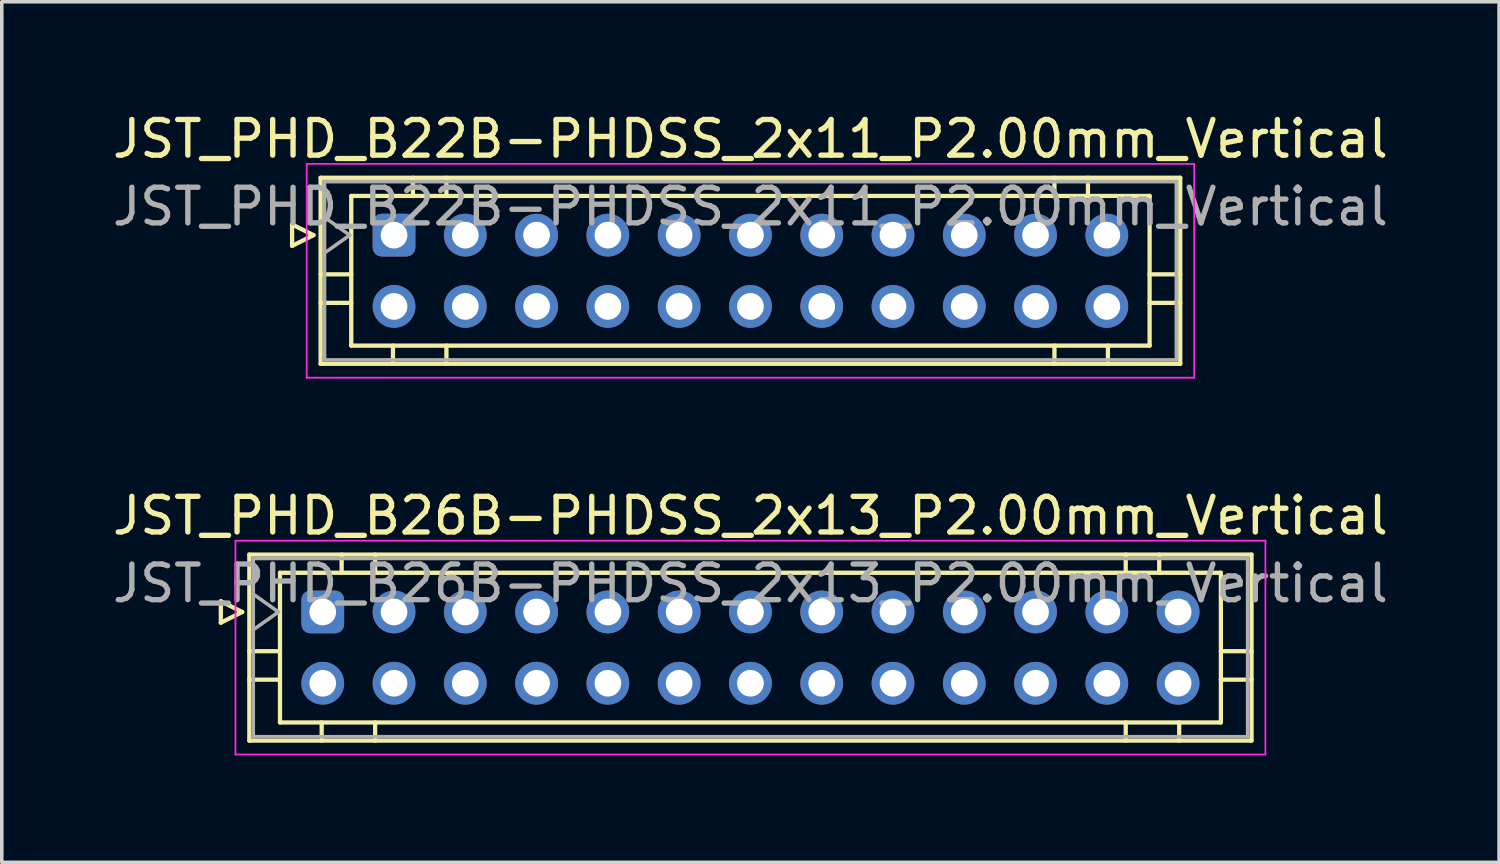
<source format=kicad_pcb>
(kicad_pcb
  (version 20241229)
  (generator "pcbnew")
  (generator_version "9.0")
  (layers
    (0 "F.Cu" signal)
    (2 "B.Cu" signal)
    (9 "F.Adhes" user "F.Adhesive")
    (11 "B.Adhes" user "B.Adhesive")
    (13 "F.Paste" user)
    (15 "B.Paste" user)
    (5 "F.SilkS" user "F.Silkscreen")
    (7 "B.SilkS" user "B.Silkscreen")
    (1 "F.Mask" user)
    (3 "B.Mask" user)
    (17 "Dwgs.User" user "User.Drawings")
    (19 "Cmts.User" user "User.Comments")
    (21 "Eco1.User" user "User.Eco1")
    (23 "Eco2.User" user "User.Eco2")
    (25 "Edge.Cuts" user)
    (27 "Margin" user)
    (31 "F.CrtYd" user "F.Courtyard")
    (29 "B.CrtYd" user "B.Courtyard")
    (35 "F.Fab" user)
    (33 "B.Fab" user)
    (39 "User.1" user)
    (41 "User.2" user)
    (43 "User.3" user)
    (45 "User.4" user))
  (footprint "JST_PHD_B22B-PHDSS_2x11_P2.00mm_Vertical"
    (layer "F.Cu")
    (at 8.006 3.548)
    (property "Reference" "JST_PHD_B22B-PHDSS_2x11_P2.00mm_Vertical" (at 10 -2.7 0) (layer "F.SilkS") (effects (font (size 1 1) (thickness 0.15))))
    (attr through_hole)
    (fp_line (start -2.86 -0.3) (end -2.26 0) (stroke (width 0.12) (type solid)) (layer "F.SilkS"))
    (fp_line (start -2.86 0.3) (end -2.86 -0.3) (stroke (width 0.12) (type solid)) (layer "F.SilkS"))
    (fp_line (start -2.26 0) (end -2.86 0.3) (stroke (width 0.12) (type solid)) (layer "F.SilkS"))
    (fp_line (start -2.06 -1.61) (end -2.06 3.61) (stroke (width 0.12) (type solid)) (layer "F.SilkS"))
    (fp_line (start -2.06 1.1) (end -1.2 1.1) (stroke (width 0.12) (type solid)) (layer "F.SilkS"))
    (fp_line (start -2.06 1.9) (end -1.2 1.9) (stroke (width 0.12) (type solid)) (layer "F.SilkS"))
    (fp_line (start -2.06 3.61) (end 22.06 3.61) (stroke (width 0.12) (type solid)) (layer "F.SilkS"))
    (fp_line (start -1.2 -1.1) (end -1.2 3.1) (stroke (width 0.12) (type solid)) (layer "F.SilkS"))
    (fp_line (start -1.2 3.1) (end 21.2 3.1) (stroke (width 0.12) (type solid)) (layer "F.SilkS"))
    (fp_line (start -0.03 3.61) (end -0.03 3.1) (stroke (width 0.12) (type solid)) (layer "F.SilkS"))
    (fp_line (start 0.53 -1.61) (end 0.53 -1.1) (stroke (width 0.12) (type solid)) (layer "F.SilkS"))
    (fp_line (start 1.47 -1.61) (end 1.47 -1.1) (stroke (width 0.12) (type solid)) (layer "F.SilkS"))
    (fp_line (start 1.47 3.61) (end 1.47 3.1) (stroke (width 0.12) (type solid)) (layer "F.SilkS"))
    (fp_line (start 18.53 -1.61) (end 18.53 -1.1) (stroke (width 0.12) (type solid)) (layer "F.SilkS"))
    (fp_line (start 18.53 3.61) (end 18.53 3.1) (stroke (width 0.12) (type solid)) (layer "F.SilkS"))
    (fp_line (start 19.47 -1.61) (end 19.47 -1.1) (stroke (width 0.12) (type solid)) (layer "F.SilkS"))
    (fp_line (start 20.03 3.61) (end 20.03 3.1) (stroke (width 0.12) (type solid)) (layer "F.SilkS"))
    (fp_line (start 21.2 -1.1) (end -1.2 -1.1) (stroke (width 0.12) (type solid)) (layer "F.SilkS"))
    (fp_line (start 21.2 3.1) (end 21.2 -1.1) (stroke (width 0.12) (type solid)) (layer "F.SilkS"))
    (fp_line (start 22.06 -1.61) (end -2.06 -1.61) (stroke (width 0.12) (type solid)) (layer "F.SilkS"))
    (fp_line (start 22.06 1.1) (end 21.2 1.1) (stroke (width 0.12) (type solid)) (layer "F.SilkS"))
    (fp_line (start 22.06 1.9) (end 21.2 1.9) (stroke (width 0.12) (type solid)) (layer "F.SilkS"))
    (fp_line (start 22.06 3.61) (end 22.06 -1.61) (stroke (width 0.12) (type solid)) (layer "F.SilkS"))
    (fp_line (start -2.45 -2) (end -2.45 4) (stroke (width 0.05) (type solid)) (layer "F.CrtYd"))
    (fp_line (start -2.45 4) (end 22.45 4) (stroke (width 0.05) (type solid)) (layer "F.CrtYd"))
    (fp_line (start 22.45 -2) (end -2.45 -2) (stroke (width 0.05) (type solid)) (layer "F.CrtYd"))
    (fp_line (start 22.45 4) (end 22.45 -2) (stroke (width 0.05) (type solid)) (layer "F.CrtYd"))
    (fp_line (start -1.95 -1.5) (end -1.95 3.5) (stroke (width 0.1) (type solid)) (layer "F.Fab"))
    (fp_line (start -1.95 0.5) (end -1.243 0) (stroke (width 0.1) (type solid)) (layer "F.Fab"))
    (fp_line (start -1.95 3.5) (end 21.95 3.5) (stroke (width 0.1) (type solid)) (layer "F.Fab"))
    (fp_line (start -1.243 0) (end -1.95 -0.5) (stroke (width 0.1) (type solid)) (layer "F.Fab"))
    (fp_line (start 21.95 -1.5) (end -1.95 -1.5) (stroke (width 0.1) (type solid)) (layer "F.Fab"))
    (fp_line (start 21.95 3.5) (end 21.95 -1.5) (stroke (width 0.1) (type solid)) (layer "F.Fab"))
    (fp_text user "${REFERENCE}" (at 10 -0.8 0) (layer "F.Fab") (effects (font (size 1 1) (thickness 0.15))))
    (pad "1" thru_hole roundrect (at 0 0) (size 1.2 1.2) (drill 0.75) (layers "*.Cu" "*.Mask") (roundrect_rratio 0.208))
    (pad "2" thru_hole circle (at 0 2) (size 1.2 1.2) (drill 0.75) (layers "*.Cu" "*.Mask"))
    (pad "3" thru_hole circle (at 2 0) (size 1.2 1.2) (drill 0.75) (layers "*.Cu" "*.Mask"))
    (pad "4" thru_hole circle (at 2 2) (size 1.2 1.2) (drill 0.75) (layers "*.Cu" "*.Mask"))
    (pad "5" thru_hole circle (at 4 0) (size 1.2 1.2) (drill 0.75) (layers "*.Cu" "*.Mask"))
    (pad "6" thru_hole circle (at 4 2) (size 1.2 1.2) (drill 0.75) (layers "*.Cu" "*.Mask"))
    (pad "7" thru_hole circle (at 6 0) (size 1.2 1.2) (drill 0.75) (layers "*.Cu" "*.Mask"))
    (pad "8" thru_hole circle (at 6 2) (size 1.2 1.2) (drill 0.75) (layers "*.Cu" "*.Mask"))
    (pad "9" thru_hole circle (at 8 0) (size 1.2 1.2) (drill 0.75) (layers "*.Cu" "*.Mask"))
    (pad "10" thru_hole circle (at 8 2) (size 1.2 1.2) (drill 0.75) (layers "*.Cu" "*.Mask"))
    (pad "11" thru_hole circle (at 10 0) (size 1.2 1.2) (drill 0.75) (layers "*.Cu" "*.Mask"))
    (pad "12" thru_hole circle (at 10 2) (size 1.2 1.2) (drill 0.75) (layers "*.Cu" "*.Mask"))
    (pad "13" thru_hole circle (at 12 0) (size 1.2 1.2) (drill 0.75) (layers "*.Cu" "*.Mask"))
    (pad "14" thru_hole circle (at 12 2) (size 1.2 1.2) (drill 0.75) (layers "*.Cu" "*.Mask"))
    (pad "15" thru_hole circle (at 14 0) (size 1.2 1.2) (drill 0.75) (layers "*.Cu" "*.Mask"))
    (pad "16" thru_hole circle (at 14 2) (size 1.2 1.2) (drill 0.75) (layers "*.Cu" "*.Mask"))
    (pad "17" thru_hole circle (at 16 0) (size 1.2 1.2) (drill 0.75) (layers "*.Cu" "*.Mask"))
    (pad "18" thru_hole circle (at 16 2) (size 1.2 1.2) (drill 0.75) (layers "*.Cu" "*.Mask"))
    (pad "19" thru_hole circle (at 18 0) (size 1.2 1.2) (drill 0.75) (layers "*.Cu" "*.Mask"))
    (pad "20" thru_hole circle (at 18 2) (size 1.2 1.2) (drill 0.75) (layers "*.Cu" "*.Mask"))
    (pad "21" thru_hole circle (at 20 0) (size 1.2 1.2) (drill 0.75) (layers "*.Cu" "*.Mask"))
    (pad "22" thru_hole circle (at 20 2) (size 1.2 1.2) (drill 0.75) (layers "*.Cu" "*.Mask")))
  (footprint "JST_PHD_B26B-PHDSS_2x13_P2.00mm_Vertical"
    (layer "F.Cu")
    (at 6.006 14.121)
    (property "Reference" "JST_PHD_B26B-PHDSS_2x13_P2.00mm_Vertical" (at 12 -2.7 0) (layer "F.SilkS") (effects (font (size 1 1) (thickness 0.15))))
    (attr through_hole)
    (fp_line (start -2.86 -0.3) (end -2.26 0) (stroke (width 0.12) (type solid)) (layer "F.SilkS"))
    (fp_line (start -2.86 0.3) (end -2.86 -0.3) (stroke (width 0.12) (type solid)) (layer "F.SilkS"))
    (fp_line (start -2.26 0) (end -2.86 0.3) (stroke (width 0.12) (type solid)) (layer "F.SilkS"))
    (fp_line (start -2.06 -1.61) (end -2.06 3.61) (stroke (width 0.12) (type solid)) (layer "F.SilkS"))
    (fp_line (start -2.06 1.1) (end -1.2 1.1) (stroke (width 0.12) (type solid)) (layer "F.SilkS"))
    (fp_line (start -2.06 1.9) (end -1.2 1.9) (stroke (width 0.12) (type solid)) (layer "F.SilkS"))
    (fp_line (start -2.06 3.61) (end 26.06 3.61) (stroke (width 0.12) (type solid)) (layer "F.SilkS"))
    (fp_line (start -1.2 -1.1) (end -1.2 3.1) (stroke (width 0.12) (type solid)) (layer "F.SilkS"))
    (fp_line (start -1.2 3.1) (end 25.2 3.1) (stroke (width 0.12) (type solid)) (layer "F.SilkS"))
    (fp_line (start -0.03 3.61) (end -0.03 3.1) (stroke (width 0.12) (type solid)) (layer "F.SilkS"))
    (fp_line (start 0.53 -1.61) (end 0.53 -1.1) (stroke (width 0.12) (type solid)) (layer "F.SilkS"))
    (fp_line (start 1.47 -1.61) (end 1.47 -1.1) (stroke (width 0.12) (type solid)) (layer "F.SilkS"))
    (fp_line (start 1.47 3.61) (end 1.47 3.1) (stroke (width 0.12) (type solid)) (layer "F.SilkS"))
    (fp_line (start 22.53 -1.61) (end 22.53 -1.1) (stroke (width 0.12) (type solid)) (layer "F.SilkS"))
    (fp_line (start 22.53 3.61) (end 22.53 3.1) (stroke (width 0.12) (type solid)) (layer "F.SilkS"))
    (fp_line (start 23.47 -1.61) (end 23.47 -1.1) (stroke (width 0.12) (type solid)) (layer "F.SilkS"))
    (fp_line (start 24.03 3.61) (end 24.03 3.1) (stroke (width 0.12) (type solid)) (layer "F.SilkS"))
    (fp_line (start 25.2 -1.1) (end -1.2 -1.1) (stroke (width 0.12) (type solid)) (layer "F.SilkS"))
    (fp_line (start 25.2 3.1) (end 25.2 -1.1) (stroke (width 0.12) (type solid)) (layer "F.SilkS"))
    (fp_line (start 26.06 -1.61) (end -2.06 -1.61) (stroke (width 0.12) (type solid)) (layer "F.SilkS"))
    (fp_line (start 26.06 1.1) (end 25.2 1.1) (stroke (width 0.12) (type solid)) (layer "F.SilkS"))
    (fp_line (start 26.06 1.9) (end 25.2 1.9) (stroke (width 0.12) (type solid)) (layer "F.SilkS"))
    (fp_line (start 26.06 3.61) (end 26.06 -1.61) (stroke (width 0.12) (type solid)) (layer "F.SilkS"))
    (fp_line (start -2.45 -2) (end -2.45 4) (stroke (width 0.05) (type solid)) (layer "F.CrtYd"))
    (fp_line (start -2.45 4) (end 26.45 4) (stroke (width 0.05) (type solid)) (layer "F.CrtYd"))
    (fp_line (start 26.45 -2) (end -2.45 -2) (stroke (width 0.05) (type solid)) (layer "F.CrtYd"))
    (fp_line (start 26.45 4) (end 26.45 -2) (stroke (width 0.05) (type solid)) (layer "F.CrtYd"))
    (fp_line (start -1.95 -1.5) (end -1.95 3.5) (stroke (width 0.1) (type solid)) (layer "F.Fab"))
    (fp_line (start -1.95 0.5) (end -1.243 0) (stroke (width 0.1) (type solid)) (layer "F.Fab"))
    (fp_line (start -1.95 3.5) (end 25.95 3.5) (stroke (width 0.1) (type solid)) (layer "F.Fab"))
    (fp_line (start -1.243 0) (end -1.95 -0.5) (stroke (width 0.1) (type solid)) (layer "F.Fab"))
    (fp_line (start 25.95 -1.5) (end -1.95 -1.5) (stroke (width 0.1) (type solid)) (layer "F.Fab"))
    (fp_line (start 25.95 3.5) (end 25.95 -1.5) (stroke (width 0.1) (type solid)) (layer "F.Fab"))
    (fp_text user "${REFERENCE}" (at 12 -0.8 0) (layer "F.Fab") (effects (font (size 1 1) (thickness 0.15))))
    (pad "1" thru_hole roundrect (at 0 0) (size 1.2 1.2) (drill 0.75) (layers "*.Cu" "*.Mask") (roundrect_rratio 0.208))
    (pad "2" thru_hole circle (at 0 2) (size 1.2 1.2) (drill 0.75) (layers "*.Cu" "*.Mask"))
    (pad "3" thru_hole circle (at 2 0) (size 1.2 1.2) (drill 0.75) (layers "*.Cu" "*.Mask"))
    (pad "4" thru_hole circle (at 2 2) (size 1.2 1.2) (drill 0.75) (layers "*.Cu" "*.Mask"))
    (pad "5" thru_hole circle (at 4 0) (size 1.2 1.2) (drill 0.75) (layers "*.Cu" "*.Mask"))
    (pad "6" thru_hole circle (at 4 2) (size 1.2 1.2) (drill 0.75) (layers "*.Cu" "*.Mask"))
    (pad "7" thru_hole circle (at 6 0) (size 1.2 1.2) (drill 0.75) (layers "*.Cu" "*.Mask"))
    (pad "8" thru_hole circle (at 6 2) (size 1.2 1.2) (drill 0.75) (layers "*.Cu" "*.Mask"))
    (pad "9" thru_hole circle (at 8 0) (size 1.2 1.2) (drill 0.75) (layers "*.Cu" "*.Mask"))
    (pad "10" thru_hole circle (at 8 2) (size 1.2 1.2) (drill 0.75) (layers "*.Cu" "*.Mask"))
    (pad "11" thru_hole circle (at 10 0) (size 1.2 1.2) (drill 0.75) (layers "*.Cu" "*.Mask"))
    (pad "12" thru_hole circle (at 10 2) (size 1.2 1.2) (drill 0.75) (layers "*.Cu" "*.Mask"))
    (pad "13" thru_hole circle (at 12 0) (size 1.2 1.2) (drill 0.75) (layers "*.Cu" "*.Mask"))
    (pad "14" thru_hole circle (at 12 2) (size 1.2 1.2) (drill 0.75) (layers "*.Cu" "*.Mask"))
    (pad "15" thru_hole circle (at 14 0) (size 1.2 1.2) (drill 0.75) (layers "*.Cu" "*.Mask"))
    (pad "16" thru_hole circle (at 14 2) (size 1.2 1.2) (drill 0.75) (layers "*.Cu" "*.Mask"))
    (pad "17" thru_hole circle (at 16 0) (size 1.2 1.2) (drill 0.75) (layers "*.Cu" "*.Mask"))
    (pad "18" thru_hole circle (at 16 2) (size 1.2 1.2) (drill 0.75) (layers "*.Cu" "*.Mask"))
    (pad "19" thru_hole circle (at 18 0) (size 1.2 1.2) (drill 0.75) (layers "*.Cu" "*.Mask"))
    (pad "20" thru_hole circle (at 18 2) (size 1.2 1.2) (drill 0.75) (layers "*.Cu" "*.Mask"))
    (pad "21" thru_hole circle (at 20 0) (size 1.2 1.2) (drill 0.75) (layers "*.Cu" "*.Mask"))
    (pad "22" thru_hole circle (at 20 2) (size 1.2 1.2) (drill 0.75) (layers "*.Cu" "*.Mask"))
    (pad "23" thru_hole circle (at 22 0) (size 1.2 1.2) (drill 0.75) (layers "*.Cu" "*.Mask"))
    (pad "24" thru_hole circle (at 22 2) (size 1.2 1.2) (drill 0.75) (layers "*.Cu" "*.Mask"))
    (pad "25" thru_hole circle (at 24 0) (size 1.2 1.2) (drill 0.75) (layers "*.Cu" "*.Mask"))
    (pad "26" thru_hole circle (at 24 2) (size 1.2 1.2) (drill 0.75) (layers "*.Cu" "*.Mask")))
  (gr_rect
    (start -3 -3)
    (end 39.012 21.146)
    (stroke (width 0.1) (type default))
    (fill no)
    (layer "Edge.Cuts")))
</source>
